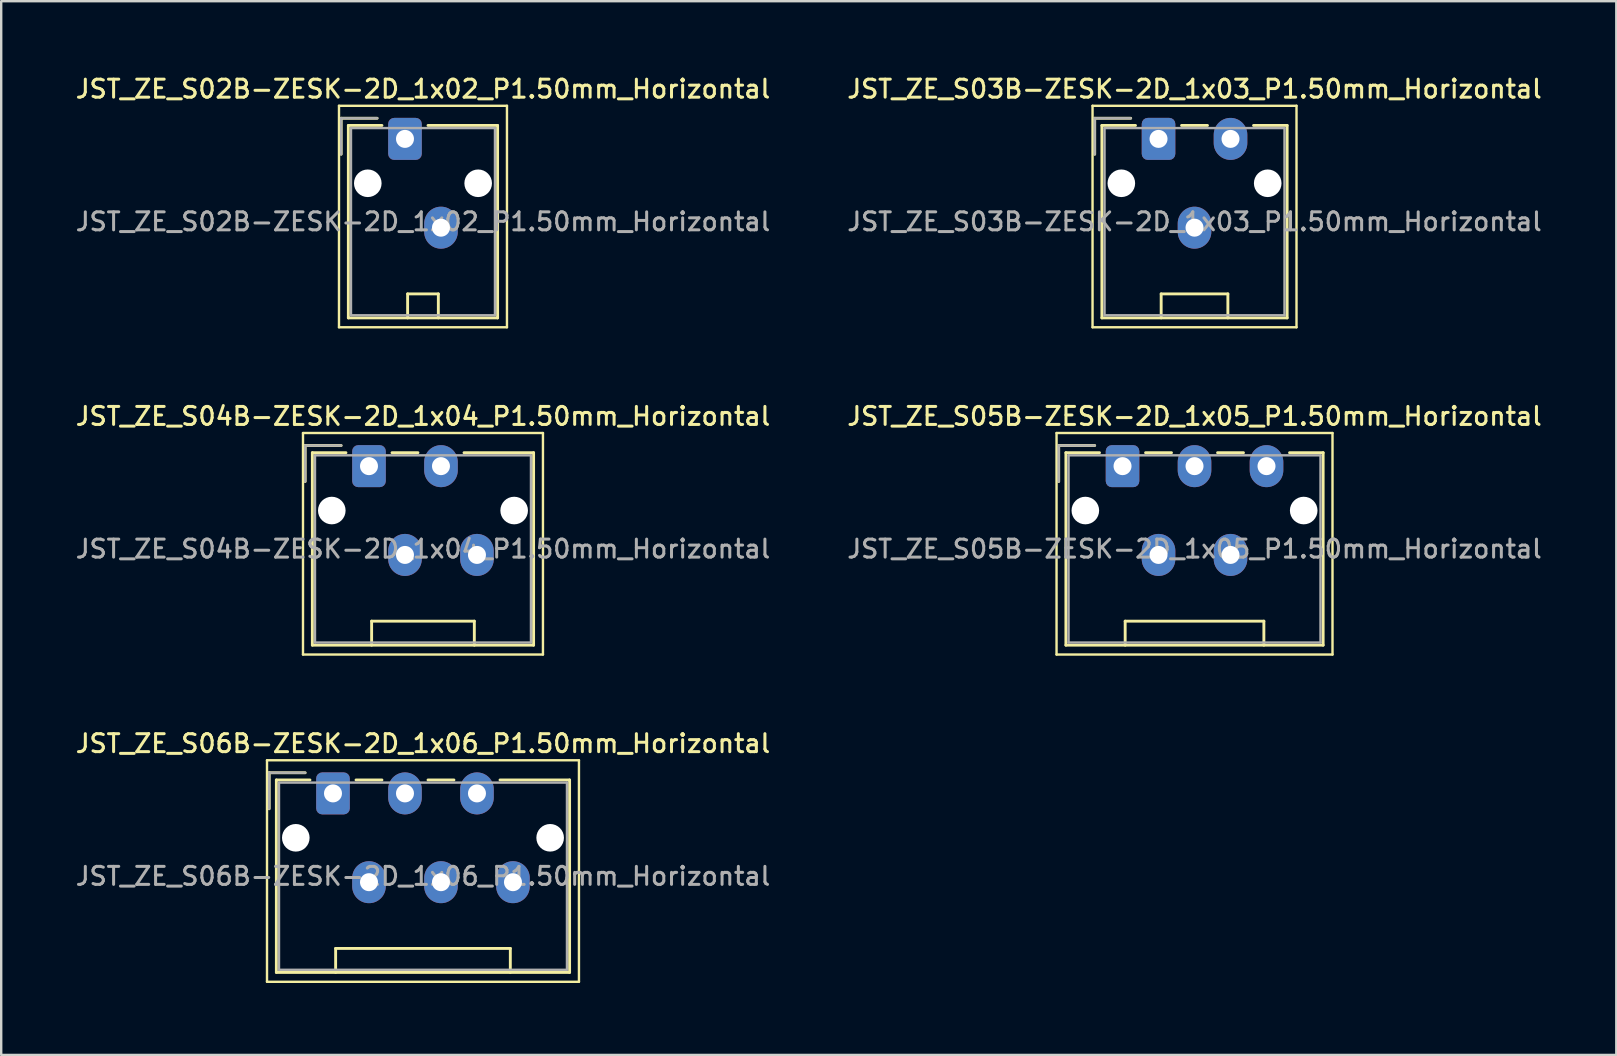
<source format=kicad_pcb>
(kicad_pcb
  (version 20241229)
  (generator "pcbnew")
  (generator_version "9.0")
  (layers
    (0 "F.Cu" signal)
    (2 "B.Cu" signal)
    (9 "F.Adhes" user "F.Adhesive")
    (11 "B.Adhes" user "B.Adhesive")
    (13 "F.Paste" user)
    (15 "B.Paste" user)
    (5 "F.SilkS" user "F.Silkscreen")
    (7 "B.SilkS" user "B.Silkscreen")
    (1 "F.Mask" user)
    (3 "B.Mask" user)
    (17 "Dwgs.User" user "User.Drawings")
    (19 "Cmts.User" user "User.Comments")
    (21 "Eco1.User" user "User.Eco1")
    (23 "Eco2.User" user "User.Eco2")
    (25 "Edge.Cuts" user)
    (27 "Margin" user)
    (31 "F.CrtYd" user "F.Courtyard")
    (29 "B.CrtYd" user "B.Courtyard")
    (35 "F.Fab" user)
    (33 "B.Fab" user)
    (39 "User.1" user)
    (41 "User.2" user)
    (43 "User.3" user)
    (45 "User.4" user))
  (footprint "JST_ZE_S03B-ZESK-2D_1x03_P1.50mm_Horizontal"
    (layer "F.Cu")
    (at 45.23 2.738)
    (property "Reference" "JST_ZE_S03B-ZESK-2D_1x03_P1.50mm_Horizontal" (at 1.5 -2.08 0) (layer "F.SilkS") (effects (font (size 0.75 0.75) (thickness 0.125))))
    (attr through_hole)
    (fp_line (start -2.75 -1.38) (end -2.75 7.85) (stroke (width 0.1) (type solid)) (layer "F.SilkS"))
    (fp_line (start -2.75 7.85) (end 5.75 7.85) (stroke (width 0.1) (type solid)) (layer "F.SilkS"))
    (fp_line (start -2.66 -0.86) (end -1.16 -0.86) (stroke (width 0.12) (type solid)) (layer "F.SilkS"))
    (fp_line (start -2.66 0.64) (end -2.66 -0.86) (stroke (width 0.12) (type solid)) (layer "F.SilkS"))
    (fp_line (start -2.36 -0.56) (end -2.36 7.46) (stroke (width 0.12) (type solid)) (layer "F.SilkS"))
    (fp_line (start -2.36 7.46) (end 5.36 7.46) (stroke (width 0.12) (type solid)) (layer "F.SilkS"))
    (fp_line (start -0.96 -0.56) (end -2.36 -0.56) (stroke (width 0.12) (type solid)) (layer "F.SilkS"))
    (fp_line (start 0.11 6.46) (end 2.89 6.46) (stroke (width 0.12) (type solid)) (layer "F.SilkS"))
    (fp_line (start 0.11 7.46) (end 0.11 6.46) (stroke (width 0.12) (type solid)) (layer "F.SilkS"))
    (fp_line (start 0.96 -0.56) (end 2.04 -0.56) (stroke (width 0.12) (type solid)) (layer "F.SilkS"))
    (fp_line (start 2.89 6.46) (end 2.89 7.46) (stroke (width 0.12) (type solid)) (layer "F.SilkS"))
    (fp_line (start 5.36 -0.56) (end 3.96 -0.56) (stroke (width 0.12) (type solid)) (layer "F.SilkS"))
    (fp_line (start 5.36 7.46) (end 5.36 -0.56) (stroke (width 0.12) (type solid)) (layer "F.SilkS"))
    (fp_line (start 5.75 -1.38) (end -2.75 -1.38) (stroke (width 0.1) (type solid)) (layer "F.SilkS"))
    (fp_line (start 5.75 7.85) (end 5.75 -1.38) (stroke (width 0.1) (type solid)) (layer "F.SilkS"))
    (fp_line (start -2.66 -0.86) (end -1.16 -0.86) (stroke (width 0.1) (type solid)) (layer "F.Fab"))
    (fp_line (start -2.66 0.64) (end -2.66 -0.86) (stroke (width 0.1) (type solid)) (layer "F.Fab"))
    (fp_line (start -2.25 -0.45) (end -2.25 7.35) (stroke (width 0.1) (type solid)) (layer "F.Fab"))
    (fp_line (start -2.25 7.35) (end 5.25 7.35) (stroke (width 0.1) (type solid)) (layer "F.Fab"))
    (fp_line (start 5.25 -0.45) (end -2.25 -0.45) (stroke (width 0.1) (type solid)) (layer "F.Fab"))
    (fp_line (start 5.25 7.35) (end 5.25 -0.45) (stroke (width 0.1) (type solid)) (layer "F.Fab"))
    (fp_text user "${REFERENCE}" (at 1.5 3.45 0) (layer "F.Fab") (effects (font (size 0.75 0.75) (thickness 0.125))))
    (pad "" np_thru_hole circle (at -1.55 1.85) (size 1.15 1.15) (drill 1.15) (layers "*.Cu" "*.Mask"))
    (pad "" np_thru_hole circle (at 4.55 1.85) (size 1.15 1.15) (drill 1.15) (layers "*.Cu" "*.Mask"))
    (pad "1" thru_hole roundrect (at 0 0) (size 1.4 1.75) (drill 0.75) (layers "*.Cu" "*.Mask") (roundrect_rratio 0.179))
    (pad "2" thru_hole oval (at 1.5 3.7) (size 1.4 1.75) (drill 0.75) (layers "*.Cu" "*.Mask"))
    (pad "3" thru_hole oval (at 3 0) (size 1.4 1.75) (drill 0.75) (layers "*.Cu" "*.Mask")))
  (footprint "JST_ZE_S02B-ZESK-2D_1x02_P1.50mm_Horizontal"
    (layer "F.Cu")
    (at 13.827 2.738)
    (property "Reference" "JST_ZE_S02B-ZESK-2D_1x02_P1.50mm_Horizontal" (at 0.75 -2.08 0) (layer "F.SilkS") (effects (font (size 0.75 0.75) (thickness 0.125))))
    (attr through_hole)
    (fp_line (start -2.75 -1.38) (end -2.75 7.85) (stroke (width 0.1) (type solid)) (layer "F.SilkS"))
    (fp_line (start -2.75 7.85) (end 4.25 7.85) (stroke (width 0.1) (type solid)) (layer "F.SilkS"))
    (fp_line (start -2.66 -0.86) (end -1.16 -0.86) (stroke (width 0.12) (type solid)) (layer "F.SilkS"))
    (fp_line (start -2.66 0.64) (end -2.66 -0.86) (stroke (width 0.12) (type solid)) (layer "F.SilkS"))
    (fp_line (start -2.36 -0.56) (end -2.36 7.46) (stroke (width 0.12) (type solid)) (layer "F.SilkS"))
    (fp_line (start -2.36 7.46) (end 3.86 7.46) (stroke (width 0.12) (type solid)) (layer "F.SilkS"))
    (fp_line (start -0.96 -0.56) (end -2.36 -0.56) (stroke (width 0.12) (type solid)) (layer "F.SilkS"))
    (fp_line (start 0.11 6.46) (end 1.39 6.46) (stroke (width 0.12) (type solid)) (layer "F.SilkS"))
    (fp_line (start 0.11 7.46) (end 0.11 6.46) (stroke (width 0.12) (type solid)) (layer "F.SilkS"))
    (fp_line (start 1.39 6.46) (end 1.39 7.46) (stroke (width 0.12) (type solid)) (layer "F.SilkS"))
    (fp_line (start 3.86 -0.56) (end 0.96 -0.56) (stroke (width 0.12) (type solid)) (layer "F.SilkS"))
    (fp_line (start 3.86 7.46) (end 3.86 -0.56) (stroke (width 0.12) (type solid)) (layer "F.SilkS"))
    (fp_line (start 4.25 -1.38) (end -2.75 -1.38) (stroke (width 0.1) (type solid)) (layer "F.SilkS"))
    (fp_line (start 4.25 7.85) (end 4.25 -1.38) (stroke (width 0.1) (type solid)) (layer "F.SilkS"))
    (fp_line (start -2.66 -0.86) (end -1.16 -0.86) (stroke (width 0.1) (type solid)) (layer "F.Fab"))
    (fp_line (start -2.66 0.64) (end -2.66 -0.86) (stroke (width 0.1) (type solid)) (layer "F.Fab"))
    (fp_line (start -2.25 -0.45) (end -2.25 7.35) (stroke (width 0.1) (type solid)) (layer "F.Fab"))
    (fp_line (start -2.25 7.35) (end 3.75 7.35) (stroke (width 0.1) (type solid)) (layer "F.Fab"))
    (fp_line (start 3.75 -0.45) (end -2.25 -0.45) (stroke (width 0.1) (type solid)) (layer "F.Fab"))
    (fp_line (start 3.75 7.35) (end 3.75 -0.45) (stroke (width 0.1) (type solid)) (layer "F.Fab"))
    (fp_text user "${REFERENCE}" (at 0.75 3.45 0) (layer "F.Fab") (effects (font (size 0.75 0.75) (thickness 0.125))))
    (pad "" np_thru_hole circle (at -1.55 1.85) (size 1.15 1.15) (drill 1.15) (layers "*.Cu" "*.Mask"))
    (pad "" np_thru_hole circle (at 3.05 1.85) (size 1.15 1.15) (drill 1.15) (layers "*.Cu" "*.Mask"))
    (pad "1" thru_hole roundrect (at 0 0) (size 1.4 1.75) (drill 0.75) (layers "*.Cu" "*.Mask") (roundrect_rratio 0.179))
    (pad "2" thru_hole oval (at 1.5 3.7) (size 1.4 1.75) (drill 0.75) (layers "*.Cu" "*.Mask")))
  (footprint "JST_ZE_S04B-ZESK-2D_1x04_P1.50mm_Horizontal"
    (layer "F.Cu")
    (at 12.327 16.376)
    (property "Reference" "JST_ZE_S04B-ZESK-2D_1x04_P1.50mm_Horizontal" (at 2.25 -2.08 0) (layer "F.SilkS") (effects (font (size 0.75 0.75) (thickness 0.125))))
    (attr through_hole)
    (fp_line (start -2.75 -1.38) (end -2.75 7.85) (stroke (width 0.1) (type solid)) (layer "F.SilkS"))
    (fp_line (start -2.75 7.85) (end 7.25 7.85) (stroke (width 0.1) (type solid)) (layer "F.SilkS"))
    (fp_line (start -2.66 -0.86) (end -1.16 -0.86) (stroke (width 0.12) (type solid)) (layer "F.SilkS"))
    (fp_line (start -2.66 0.64) (end -2.66 -0.86) (stroke (width 0.12) (type solid)) (layer "F.SilkS"))
    (fp_line (start -2.36 -0.56) (end -2.36 7.46) (stroke (width 0.12) (type solid)) (layer "F.SilkS"))
    (fp_line (start -2.36 7.46) (end 6.86 7.46) (stroke (width 0.12) (type solid)) (layer "F.SilkS"))
    (fp_line (start -0.96 -0.56) (end -2.36 -0.56) (stroke (width 0.12) (type solid)) (layer "F.SilkS"))
    (fp_line (start 0.11 6.46) (end 4.39 6.46) (stroke (width 0.12) (type solid)) (layer "F.SilkS"))
    (fp_line (start 0.11 7.46) (end 0.11 6.46) (stroke (width 0.12) (type solid)) (layer "F.SilkS"))
    (fp_line (start 0.96 -0.56) (end 2.04 -0.56) (stroke (width 0.12) (type solid)) (layer "F.SilkS"))
    (fp_line (start 4.39 6.46) (end 4.39 7.46) (stroke (width 0.12) (type solid)) (layer "F.SilkS"))
    (fp_line (start 6.86 -0.56) (end 3.96 -0.56) (stroke (width 0.12) (type solid)) (layer "F.SilkS"))
    (fp_line (start 6.86 7.46) (end 6.86 -0.56) (stroke (width 0.12) (type solid)) (layer "F.SilkS"))
    (fp_line (start 7.25 -1.38) (end -2.75 -1.38) (stroke (width 0.1) (type solid)) (layer "F.SilkS"))
    (fp_line (start 7.25 7.85) (end 7.25 -1.38) (stroke (width 0.1) (type solid)) (layer "F.SilkS"))
    (fp_line (start -2.66 -0.86) (end -1.16 -0.86) (stroke (width 0.1) (type solid)) (layer "F.Fab"))
    (fp_line (start -2.66 0.64) (end -2.66 -0.86) (stroke (width 0.1) (type solid)) (layer "F.Fab"))
    (fp_line (start -2.25 -0.45) (end -2.25 7.35) (stroke (width 0.1) (type solid)) (layer "F.Fab"))
    (fp_line (start -2.25 7.35) (end 6.75 7.35) (stroke (width 0.1) (type solid)) (layer "F.Fab"))
    (fp_line (start 6.75 -0.45) (end -2.25 -0.45) (stroke (width 0.1) (type solid)) (layer "F.Fab"))
    (fp_line (start 6.75 7.35) (end 6.75 -0.45) (stroke (width 0.1) (type solid)) (layer "F.Fab"))
    (fp_text user "${REFERENCE}" (at 2.25 3.45 0) (layer "F.Fab") (effects (font (size 0.75 0.75) (thickness 0.125))))
    (pad "" np_thru_hole circle (at -1.55 1.85) (size 1.15 1.15) (drill 1.15) (layers "*.Cu" "*.Mask"))
    (pad "" np_thru_hole circle (at 6.05 1.85) (size 1.15 1.15) (drill 1.15) (layers "*.Cu" "*.Mask"))
    (pad "1" thru_hole roundrect (at 0 0) (size 1.4 1.75) (drill 0.75) (layers "*.Cu" "*.Mask") (roundrect_rratio 0.179))
    (pad "2" thru_hole oval (at 1.5 3.7) (size 1.4 1.75) (drill 0.75) (layers "*.Cu" "*.Mask"))
    (pad "3" thru_hole oval (at 3 0) (size 1.4 1.75) (drill 0.75) (layers "*.Cu" "*.Mask"))
    (pad "4" thru_hole oval (at 4.5 3.7) (size 1.4 1.75) (drill 0.75) (layers "*.Cu" "*.Mask")))
  (footprint "JST_ZE_S05B-ZESK-2D_1x05_P1.50mm_Horizontal"
    (layer "F.Cu")
    (at 43.73 16.376)
    (property "Reference" "JST_ZE_S05B-ZESK-2D_1x05_P1.50mm_Horizontal" (at 3 -2.08 0) (layer "F.SilkS") (effects (font (size 0.75 0.75) (thickness 0.125))))
    (attr through_hole)
    (fp_line (start -2.75 -1.38) (end -2.75 7.85) (stroke (width 0.1) (type solid)) (layer "F.SilkS"))
    (fp_line (start -2.75 7.85) (end 8.75 7.85) (stroke (width 0.1) (type solid)) (layer "F.SilkS"))
    (fp_line (start -2.66 -0.86) (end -1.16 -0.86) (stroke (width 0.12) (type solid)) (layer "F.SilkS"))
    (fp_line (start -2.66 0.64) (end -2.66 -0.86) (stroke (width 0.12) (type solid)) (layer "F.SilkS"))
    (fp_line (start -2.36 -0.56) (end -2.36 7.46) (stroke (width 0.12) (type solid)) (layer "F.SilkS"))
    (fp_line (start -2.36 7.46) (end 8.36 7.46) (stroke (width 0.12) (type solid)) (layer "F.SilkS"))
    (fp_line (start -0.96 -0.56) (end -2.36 -0.56) (stroke (width 0.12) (type solid)) (layer "F.SilkS"))
    (fp_line (start 0.11 6.46) (end 5.89 6.46) (stroke (width 0.12) (type solid)) (layer "F.SilkS"))
    (fp_line (start 0.11 7.46) (end 0.11 6.46) (stroke (width 0.12) (type solid)) (layer "F.SilkS"))
    (fp_line (start 0.96 -0.56) (end 2.04 -0.56) (stroke (width 0.12) (type solid)) (layer "F.SilkS"))
    (fp_line (start 3.96 -0.56) (end 5.04 -0.56) (stroke (width 0.12) (type solid)) (layer "F.SilkS"))
    (fp_line (start 5.89 6.46) (end 5.89 7.46) (stroke (width 0.12) (type solid)) (layer "F.SilkS"))
    (fp_line (start 8.36 -0.56) (end 6.96 -0.56) (stroke (width 0.12) (type solid)) (layer "F.SilkS"))
    (fp_line (start 8.36 7.46) (end 8.36 -0.56) (stroke (width 0.12) (type solid)) (layer "F.SilkS"))
    (fp_line (start 8.75 -1.38) (end -2.75 -1.38) (stroke (width 0.1) (type solid)) (layer "F.SilkS"))
    (fp_line (start 8.75 7.85) (end 8.75 -1.38) (stroke (width 0.1) (type solid)) (layer "F.SilkS"))
    (fp_line (start -2.66 -0.86) (end -1.16 -0.86) (stroke (width 0.1) (type solid)) (layer "F.Fab"))
    (fp_line (start -2.66 0.64) (end -2.66 -0.86) (stroke (width 0.1) (type solid)) (layer "F.Fab"))
    (fp_line (start -2.25 -0.45) (end -2.25 7.35) (stroke (width 0.1) (type solid)) (layer "F.Fab"))
    (fp_line (start -2.25 7.35) (end 8.25 7.35) (stroke (width 0.1) (type solid)) (layer "F.Fab"))
    (fp_line (start 8.25 -0.45) (end -2.25 -0.45) (stroke (width 0.1) (type solid)) (layer "F.Fab"))
    (fp_line (start 8.25 7.35) (end 8.25 -0.45) (stroke (width 0.1) (type solid)) (layer "F.Fab"))
    (fp_text user "${REFERENCE}" (at 3 3.45 0) (layer "F.Fab") (effects (font (size 0.75 0.75) (thickness 0.125))))
    (pad "" np_thru_hole circle (at -1.55 1.85) (size 1.15 1.15) (drill 1.15) (layers "*.Cu" "*.Mask"))
    (pad "" np_thru_hole circle (at 7.55 1.85) (size 1.15 1.15) (drill 1.15) (layers "*.Cu" "*.Mask"))
    (pad "1" thru_hole roundrect (at 0 0) (size 1.4 1.75) (drill 0.75) (layers "*.Cu" "*.Mask") (roundrect_rratio 0.179))
    (pad "2" thru_hole oval (at 1.5 3.7) (size 1.4 1.75) (drill 0.75) (layers "*.Cu" "*.Mask"))
    (pad "3" thru_hole oval (at 3 0) (size 1.4 1.75) (drill 0.75) (layers "*.Cu" "*.Mask"))
    (pad "4" thru_hole oval (at 4.5 3.7) (size 1.4 1.75) (drill 0.75) (layers "*.Cu" "*.Mask"))
    (pad "5" thru_hole oval (at 6 0) (size 1.4 1.75) (drill 0.75) (layers "*.Cu" "*.Mask")))
  (footprint "JST_ZE_S06B-ZESK-2D_1x06_P1.50mm_Horizontal"
    (layer "F.Cu")
    (at 10.827 30.014)
    (property "Reference" "JST_ZE_S06B-ZESK-2D_1x06_P1.50mm_Horizontal" (at 3.75 -2.08 0) (layer "F.SilkS") (effects (font (size 0.75 0.75) (thickness 0.125))))
    (attr through_hole)
    (fp_line (start -2.75 -1.38) (end -2.75 7.85) (stroke (width 0.1) (type solid)) (layer "F.SilkS"))
    (fp_line (start -2.75 7.85) (end 10.25 7.85) (stroke (width 0.1) (type solid)) (layer "F.SilkS"))
    (fp_line (start -2.66 -0.86) (end -1.16 -0.86) (stroke (width 0.12) (type solid)) (layer "F.SilkS"))
    (fp_line (start -2.66 0.64) (end -2.66 -0.86) (stroke (width 0.12) (type solid)) (layer "F.SilkS"))
    (fp_line (start -2.36 -0.56) (end -2.36 7.46) (stroke (width 0.12) (type solid)) (layer "F.SilkS"))
    (fp_line (start -2.36 7.46) (end 9.86 7.46) (stroke (width 0.12) (type solid)) (layer "F.SilkS"))
    (fp_line (start -0.96 -0.56) (end -2.36 -0.56) (stroke (width 0.12) (type solid)) (layer "F.SilkS"))
    (fp_line (start 0.11 6.46) (end 7.39 6.46) (stroke (width 0.12) (type solid)) (layer "F.SilkS"))
    (fp_line (start 0.11 7.46) (end 0.11 6.46) (stroke (width 0.12) (type solid)) (layer "F.SilkS"))
    (fp_line (start 0.96 -0.56) (end 2.04 -0.56) (stroke (width 0.12) (type solid)) (layer "F.SilkS"))
    (fp_line (start 3.96 -0.56) (end 5.04 -0.56) (stroke (width 0.12) (type solid)) (layer "F.SilkS"))
    (fp_line (start 7.39 6.46) (end 7.39 7.46) (stroke (width 0.12) (type solid)) (layer "F.SilkS"))
    (fp_line (start 9.86 -0.56) (end 6.96 -0.56) (stroke (width 0.12) (type solid)) (layer "F.SilkS"))
    (fp_line (start 9.86 7.46) (end 9.86 -0.56) (stroke (width 0.12) (type solid)) (layer "F.SilkS"))
    (fp_line (start 10.25 -1.38) (end -2.75 -1.38) (stroke (width 0.1) (type solid)) (layer "F.SilkS"))
    (fp_line (start 10.25 7.85) (end 10.25 -1.38) (stroke (width 0.1) (type solid)) (layer "F.SilkS"))
    (fp_line (start -2.66 -0.86) (end -1.16 -0.86) (stroke (width 0.1) (type solid)) (layer "F.Fab"))
    (fp_line (start -2.66 0.64) (end -2.66 -0.86) (stroke (width 0.1) (type solid)) (layer "F.Fab"))
    (fp_line (start -2.25 -0.45) (end -2.25 7.35) (stroke (width 0.1) (type solid)) (layer "F.Fab"))
    (fp_line (start -2.25 7.35) (end 9.75 7.35) (stroke (width 0.1) (type solid)) (layer "F.Fab"))
    (fp_line (start 9.75 -0.45) (end -2.25 -0.45) (stroke (width 0.1) (type solid)) (layer "F.Fab"))
    (fp_line (start 9.75 7.35) (end 9.75 -0.45) (stroke (width 0.1) (type solid)) (layer "F.Fab"))
    (fp_text user "${REFERENCE}" (at 3.75 3.45 0) (layer "F.Fab") (effects (font (size 0.75 0.75) (thickness 0.125))))
    (pad "" np_thru_hole circle (at -1.55 1.85) (size 1.15 1.15) (drill 1.15) (layers "*.Cu" "*.Mask"))
    (pad "" np_thru_hole circle (at 9.05 1.85) (size 1.15 1.15) (drill 1.15) (layers "*.Cu" "*.Mask"))
    (pad "1" thru_hole roundrect (at 0 0) (size 1.4 1.75) (drill 0.75) (layers "*.Cu" "*.Mask") (roundrect_rratio 0.179))
    (pad "2" thru_hole oval (at 1.5 3.7) (size 1.4 1.75) (drill 0.75) (layers "*.Cu" "*.Mask"))
    (pad "3" thru_hole oval (at 3 0) (size 1.4 1.75) (drill 0.75) (layers "*.Cu" "*.Mask"))
    (pad "4" thru_hole oval (at 4.5 3.7) (size 1.4 1.75) (drill 0.75) (layers "*.Cu" "*.Mask"))
    (pad "5" thru_hole oval (at 6 0) (size 1.4 1.75) (drill 0.75) (layers "*.Cu" "*.Mask"))
    (pad "6" thru_hole oval (at 7.5 3.7) (size 1.4 1.75) (drill 0.75) (layers "*.Cu" "*.Mask")))
  (gr_rect
    (start -3 -3)
    (end 64.307 40.914)
    (stroke (width 0.1) (type default))
    (fill no)
    (layer "Edge.Cuts")))
</source>
